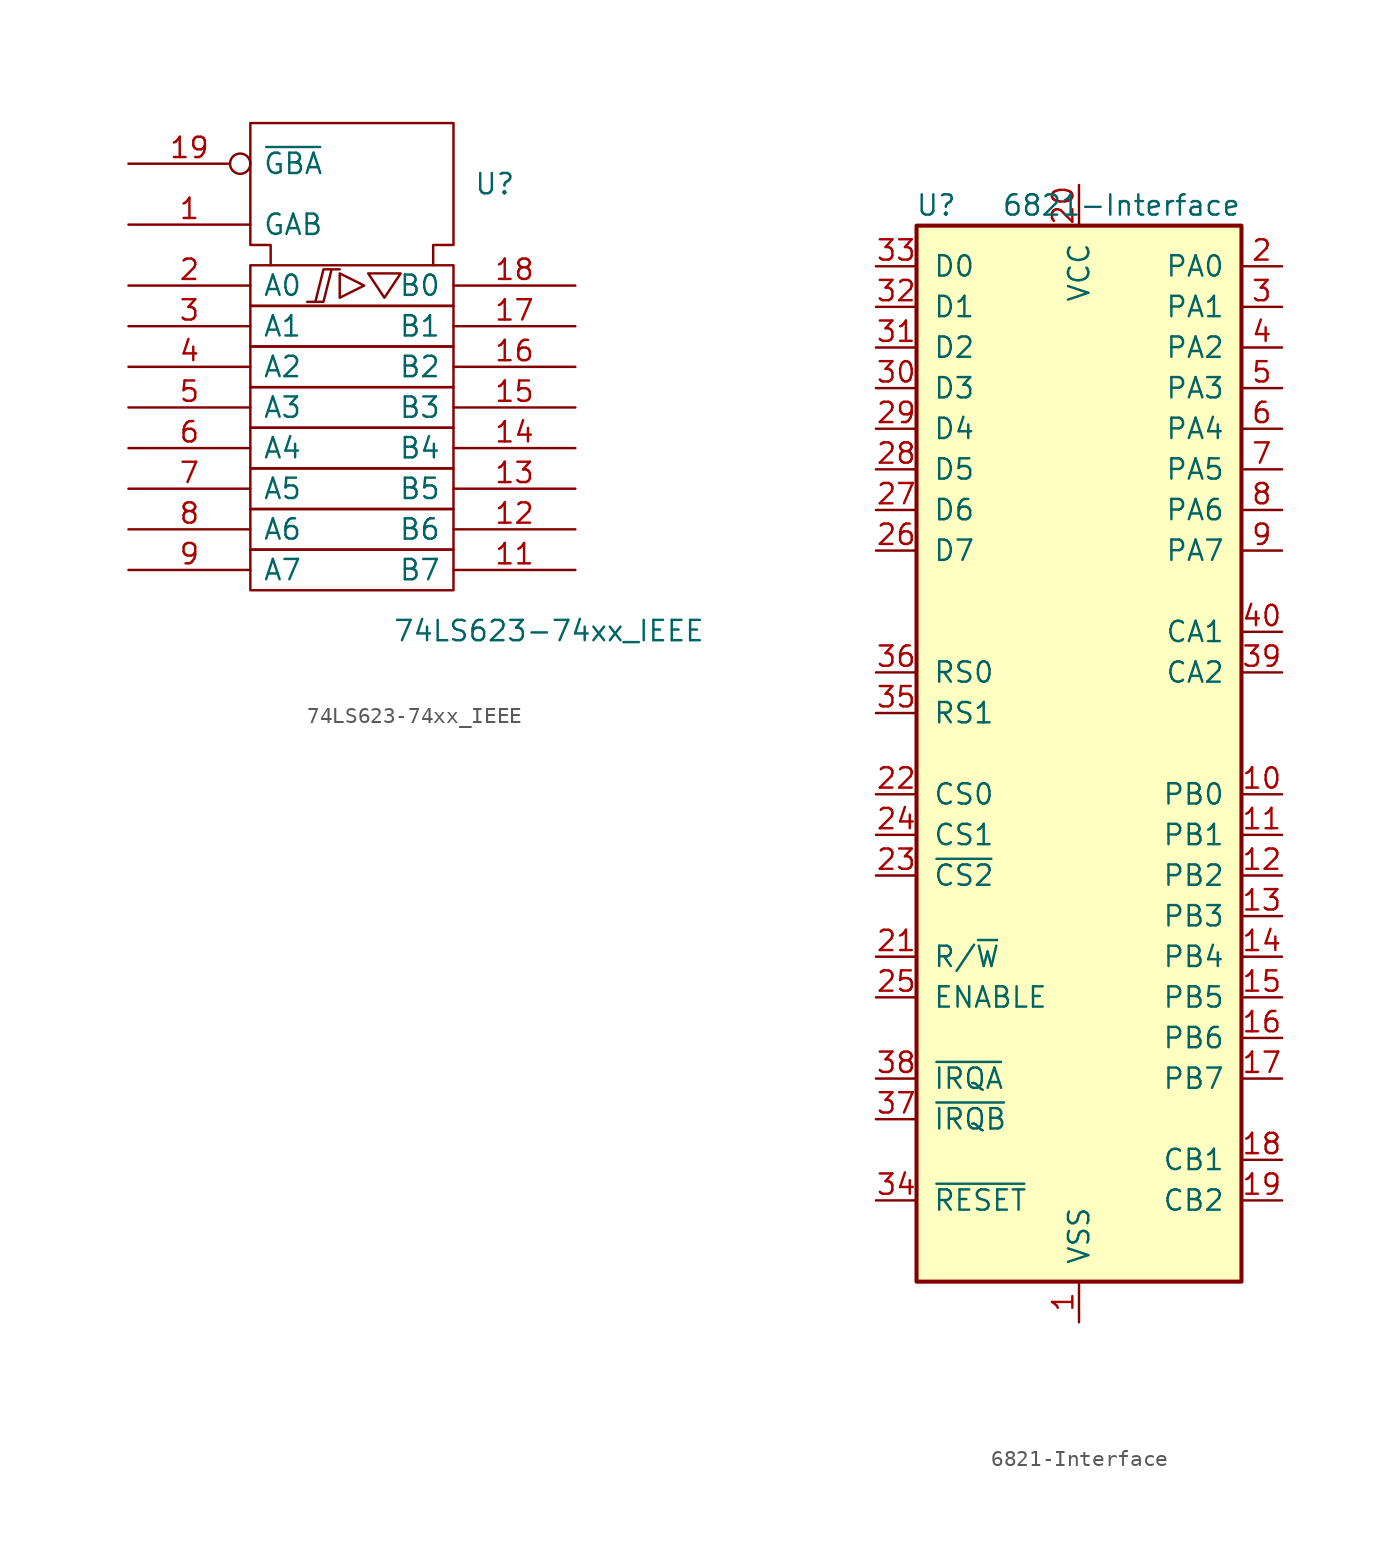
<source format=kicad_sym>
(kicad_symbol_lib
  (version 20211014)
  (generator kicad_symbol_editor)
  (symbol "74LS623-74xx_IEEE"
    (pin_names
      (offset 0.762))
    (property "Reference" "U"
      (at 7.62 19.05 0)
      (effects (font (size 1.27 1.27)) (justify left)))
    (property "Value" "74LS623-74xx_IEEE"
      (at 2.54 -8.89 0)
      (effects (font (size 1.27 1.27)) (justify left)))
    (symbol "74LS623-74xx_IEEE_0_0"
      (polyline (pts (xy -0.762 13.462) (xy -0.762 11.938) (xy 0.762 12.7) (xy -0.762 13.462) (xy -0.762 13.462)) (stroke (width 0) (type default) (color 0 0 0 0)) (fill (type none)))
      (polyline (pts (xy 1.016 13.462) (xy 3.048 13.462) (xy 2.032 11.938) (xy 1.016 13.462) (xy 1.016 13.462)) (stroke (width 0) (type default) (color 0 0 0 0)) (fill (type none)))
      (polyline (pts (xy -2.794 11.684) (xy -1.778 11.684) (xy -1.27 13.716) (xy -0.762 13.716) (xy -1.778 13.716) (xy -2.286 11.684) (xy -2.286 11.684)) (stroke (width 0) (type default) (color 0 0 0 0)) (fill (type none)))
      (pin power_in line (at 1.27 22.86 270) (length 0) hide (name "GND" (effects (font (size 1.27 1.27)))) (number "10" (effects (font (size 1.27 1.27)))))
      (pin power_in line (at 5.08 22.86 270) (length 0) hide (name "VCC" (effects (font (size 1.27 1.27)))) (number "20" (effects (font (size 1.27 1.27))))))
    (symbol "74LS623-74xx_IEEE_0_1"
      (rectangle (start -6.35 -3.81) (end 6.35 -6.35) (stroke (width 0) (type default) (color 0 0 0 0)) (fill (type none)))
      (rectangle (start -6.35 -1.27) (end 6.35 -3.81) (stroke (width 0) (type default) (color 0 0 0 0)) (fill (type none)))
      (rectangle (start -6.35 1.27) (end 6.35 -1.27) (stroke (width 0) (type default) (color 0 0 0 0)) (fill (type none)))
      (rectangle (start -6.35 3.81) (end 6.35 1.27) (stroke (width 0) (type default) (color 0 0 0 0)) (fill (type none)))
      (rectangle (start -6.35 6.35) (end 6.35 3.81) (stroke (width 0) (type default) (color 0 0 0 0)) (fill (type none)))
      (rectangle (start -6.35 8.89) (end 6.35 6.35) (stroke (width 0) (type default) (color 0 0 0 0)) (fill (type none)))
      (rectangle (start -6.35 11.43) (end 6.35 8.89) (stroke (width 0) (type default) (color 0 0 0 0)) (fill (type none)))
      (rectangle (start -6.35 13.97) (end 6.35 11.43) (stroke (width 0) (type default) (color 0 0 0 0)) (fill (type none)))
      (polyline (pts (xy -5.08 13.97) (xy -5.08 15.24) (xy -6.35 15.24) (xy -6.35 22.86) (xy 6.35 22.86) (xy 6.35 15.24) (xy 5.08 15.24) (xy 5.08 13.97) (xy 5.08 13.97)) (stroke (width 0) (type default) (color 0 0 0 0)) (fill (type none))))
    (symbol "74LS623-74xx_IEEE_1_1"
      (pin input line (at -13.97 16.51 0) (length 7.62) (name "GAB" (effects (font (size 1.27 1.27)))) (number "1" (effects (font (size 1.27 1.27)))))
      (pin tri_state line (at 13.97 -5.08 180) (length 7.62) (name "B7" (effects (font (size 1.27 1.27)))) (number "11" (effects (font (size 1.27 1.27)))))
      (pin tri_state line (at 13.97 -2.54 180) (length 7.62) (name "B6" (effects (font (size 1.27 1.27)))) (number "12" (effects (font (size 1.27 1.27)))))
      (pin tri_state line (at 13.97 0 180) (length 7.62) (name "B5" (effects (font (size 1.27 1.27)))) (number "13" (effects (font (size 1.27 1.27)))))
      (pin tri_state line (at 13.97 2.54 180) (length 7.62) (name "B4" (effects (font (size 1.27 1.27)))) (number "14" (effects (font (size 1.27 1.27)))))
      (pin tri_state line (at 13.97 5.08 180) (length 7.62) (name "B3" (effects (font (size 1.27 1.27)))) (number "15" (effects (font (size 1.27 1.27)))))
      (pin tri_state line (at 13.97 7.62 180) (length 7.62) (name "B2" (effects (font (size 1.27 1.27)))) (number "16" (effects (font (size 1.27 1.27)))))
      (pin tri_state line (at 13.97 10.16 180) (length 7.62) (name "B1" (effects (font (size 1.27 1.27)))) (number "17" (effects (font (size 1.27 1.27)))))
      (pin tri_state line (at 13.97 12.7 180) (length 7.62) (name "B0" (effects (font (size 1.27 1.27)))) (number "18" (effects (font (size 1.27 1.27)))))
      (pin input inverted (at -13.97 20.32 0) (length 7.62) (name "~{GBA}" (effects (font (size 1.27 1.27)))) (number "19" (effects (font (size 1.27 1.27)))))
      (pin tri_state line (at -13.97 12.7 0) (length 7.62) (name "A0" (effects (font (size 1.27 1.27)))) (number "2" (effects (font (size 1.27 1.27)))))
      (pin tri_state line (at -13.97 10.16 0) (length 7.62) (name "A1" (effects (font (size 1.27 1.27)))) (number "3" (effects (font (size 1.27 1.27)))))
      (pin tri_state line (at -13.97 7.62 0) (length 7.62) (name "A2" (effects (font (size 1.27 1.27)))) (number "4" (effects (font (size 1.27 1.27)))))
      (pin tri_state line (at -13.97 5.08 0) (length 7.62) (name "A3" (effects (font (size 1.27 1.27)))) (number "5" (effects (font (size 1.27 1.27)))))
      (pin tri_state line (at -13.97 2.54 0) (length 7.62) (name "A4" (effects (font (size 1.27 1.27)))) (number "6" (effects (font (size 1.27 1.27)))))
      (pin tri_state line (at -13.97 0 0) (length 7.62) (name "A5" (effects (font (size 1.27 1.27)))) (number "7" (effects (font (size 1.27 1.27)))))
      (pin tri_state line (at -13.97 -2.54 0) (length 7.62) (name "A6" (effects (font (size 1.27 1.27)))) (number "8" (effects (font (size 1.27 1.27)))))
      (pin tri_state line (at -13.97 -5.08 0) (length 7.62) (name "A7" (effects (font (size 1.27 1.27)))) (number "9" (effects (font (size 1.27 1.27)))))))
  (symbol "6821-Interface"
    (pin_names
      (offset 1.016))
    (property "Reference" "U"
      (at -7.62 34.29 0)
      (effects (font (size 1.27 1.27)) (justify right)))
    (property "Value" "6821-Interface"
      (at 10.16 34.29 0)
      (effects (font (size 1.27 1.27)) (justify right)))
    (symbol "6821-Interface_0_1"
      (rectangle (start -10.16 -33.02) (end 10.16 33.02) (stroke (width 0.254) (type default) (color 0 0 0 0)) (fill (type background))))
    (symbol "6821-Interface_1_1"
      (pin power_in line (at 0 -35.56 90) (length 2.54) (name "VSS" (effects (font (size 1.27 1.27)))) (number "1" (effects (font (size 1.27 1.27)))))
      (pin bidirectional line (at 12.7 -2.54 180) (length 2.54) (name "PB0" (effects (font (size 1.27 1.27)))) (number "10" (effects (font (size 1.27 1.27)))))
      (pin bidirectional line (at 12.7 -5.08 180) (length 2.54) (name "PB1" (effects (font (size 1.27 1.27)))) (number "11" (effects (font (size 1.27 1.27)))))
      (pin bidirectional line (at 12.7 -7.62 180) (length 2.54) (name "PB2" (effects (font (size 1.27 1.27)))) (number "12" (effects (font (size 1.27 1.27)))))
      (pin bidirectional line (at 12.7 -10.16 180) (length 2.54) (name "PB3" (effects (font (size 1.27 1.27)))) (number "13" (effects (font (size 1.27 1.27)))))
      (pin bidirectional line (at 12.7 -12.7 180) (length 2.54) (name "PB4" (effects (font (size 1.27 1.27)))) (number "14" (effects (font (size 1.27 1.27)))))
      (pin bidirectional line (at 12.7 -15.24 180) (length 2.54) (name "PB5" (effects (font (size 1.27 1.27)))) (number "15" (effects (font (size 1.27 1.27)))))
      (pin bidirectional line (at 12.7 -17.78 180) (length 2.54) (name "PB6" (effects (font (size 1.27 1.27)))) (number "16" (effects (font (size 1.27 1.27)))))
      (pin bidirectional line (at 12.7 -20.32 180) (length 2.54) (name "PB7" (effects (font (size 1.27 1.27)))) (number "17" (effects (font (size 1.27 1.27)))))
      (pin input line (at 12.7 -25.4 180) (length 2.54) (name "CB1" (effects (font (size 1.27 1.27)))) (number "18" (effects (font (size 1.27 1.27)))))
      (pin bidirectional line (at 12.7 -27.94 180) (length 2.54) (name "CB2" (effects (font (size 1.27 1.27)))) (number "19" (effects (font (size 1.27 1.27)))))
      (pin bidirectional line (at 12.7 30.48 180) (length 2.54) (name "PA0" (effects (font (size 1.27 1.27)))) (number "2" (effects (font (size 1.27 1.27)))))
      (pin power_in line (at 0 35.56 270) (length 2.54) (name "VCC" (effects (font (size 1.27 1.27)))) (number "20" (effects (font (size 1.27 1.27)))))
      (pin input line (at -12.7 -12.7 0) (length 2.54) (name "R/~{W}" (effects (font (size 1.27 1.27)))) (number "21" (effects (font (size 1.27 1.27)))))
      (pin input line (at -12.7 -2.54 0) (length 2.54) (name "CS0" (effects (font (size 1.27 1.27)))) (number "22" (effects (font (size 1.27 1.27)))))
      (pin input line (at -12.7 -7.62 0) (length 2.54) (name "~{CS2}" (effects (font (size 1.27 1.27)))) (number "23" (effects (font (size 1.27 1.27)))))
      (pin input line (at -12.7 -5.08 0) (length 2.54) (name "CS1" (effects (font (size 1.27 1.27)))) (number "24" (effects (font (size 1.27 1.27)))))
      (pin input line (at -12.7 -15.24 0) (length 2.54) (name "ENABLE" (effects (font (size 1.27 1.27)))) (number "25" (effects (font (size 1.27 1.27)))))
      (pin bidirectional line (at -12.7 12.7 0) (length 2.54) (name "D7" (effects (font (size 1.27 1.27)))) (number "26" (effects (font (size 1.27 1.27)))))
      (pin bidirectional line (at -12.7 15.24 0) (length 2.54) (name "D6" (effects (font (size 1.27 1.27)))) (number "27" (effects (font (size 1.27 1.27)))))
      (pin bidirectional line (at -12.7 17.78 0) (length 2.54) (name "D5" (effects (font (size 1.27 1.27)))) (number "28" (effects (font (size 1.27 1.27)))))
      (pin bidirectional line (at -12.7 20.32 0) (length 2.54) (name "D4" (effects (font (size 1.27 1.27)))) (number "29" (effects (font (size 1.27 1.27)))))
      (pin bidirectional line (at 12.7 27.94 180) (length 2.54) (name "PA1" (effects (font (size 1.27 1.27)))) (number "3" (effects (font (size 1.27 1.27)))))
      (pin bidirectional line (at -12.7 22.86 0) (length 2.54) (name "D3" (effects (font (size 1.27 1.27)))) (number "30" (effects (font (size 1.27 1.27)))))
      (pin bidirectional line (at -12.7 25.4 0) (length 2.54) (name "D2" (effects (font (size 1.27 1.27)))) (number "31" (effects (font (size 1.27 1.27)))))
      (pin bidirectional line (at -12.7 27.94 0) (length 2.54) (name "D1" (effects (font (size 1.27 1.27)))) (number "32" (effects (font (size 1.27 1.27)))))
      (pin bidirectional line (at -12.7 30.48 0) (length 2.54) (name "D0" (effects (font (size 1.27 1.27)))) (number "33" (effects (font (size 1.27 1.27)))))
      (pin input line (at -12.7 -27.94 0) (length 2.54) (name "~{RESET}" (effects (font (size 1.27 1.27)))) (number "34" (effects (font (size 1.27 1.27)))))
      (pin input line (at -12.7 2.54 0) (length 2.54) (name "RS1" (effects (font (size 1.27 1.27)))) (number "35" (effects (font (size 1.27 1.27)))))
      (pin input line (at -12.7 5.08 0) (length 2.54) (name "RS0" (effects (font (size 1.27 1.27)))) (number "36" (effects (font (size 1.27 1.27)))))
      (pin open_collector line (at -12.7 -22.86 0) (length 2.54) (name "~{IRQB}" (effects (font (size 1.27 1.27)))) (number "37" (effects (font (size 1.27 1.27)))))
      (pin open_collector line (at -12.7 -20.32 0) (length 2.54) (name "~{IRQA}" (effects (font (size 1.27 1.27)))) (number "38" (effects (font (size 1.27 1.27)))))
      (pin bidirectional line (at 12.7 5.08 180) (length 2.54) (name "CA2" (effects (font (size 1.27 1.27)))) (number "39" (effects (font (size 1.27 1.27)))))
      (pin bidirectional line (at 12.7 25.4 180) (length 2.54) (name "PA2" (effects (font (size 1.27 1.27)))) (number "4" (effects (font (size 1.27 1.27)))))
      (pin input line (at 12.7 7.62 180) (length 2.54) (name "CA1" (effects (font (size 1.27 1.27)))) (number "40" (effects (font (size 1.27 1.27)))))
      (pin bidirectional line (at 12.7 22.86 180) (length 2.54) (name "PA3" (effects (font (size 1.27 1.27)))) (number "5" (effects (font (size 1.27 1.27)))))
      (pin bidirectional line (at 12.7 20.32 180) (length 2.54) (name "PA4" (effects (font (size 1.27 1.27)))) (number "6" (effects (font (size 1.27 1.27)))))
      (pin bidirectional line (at 12.7 17.78 180) (length 2.54) (name "PA5" (effects (font (size 1.27 1.27)))) (number "7" (effects (font (size 1.27 1.27)))))
      (pin bidirectional line (at 12.7 15.24 180) (length 2.54) (name "PA6" (effects (font (size 1.27 1.27)))) (number "8" (effects (font (size 1.27 1.27)))))
      (pin bidirectional line (at 12.7 12.7 180) (length 2.54) (name "PA7" (effects (font (size 1.27 1.27)))) (number "9" (effects (font (size 1.27 1.27))))))))
</source>
